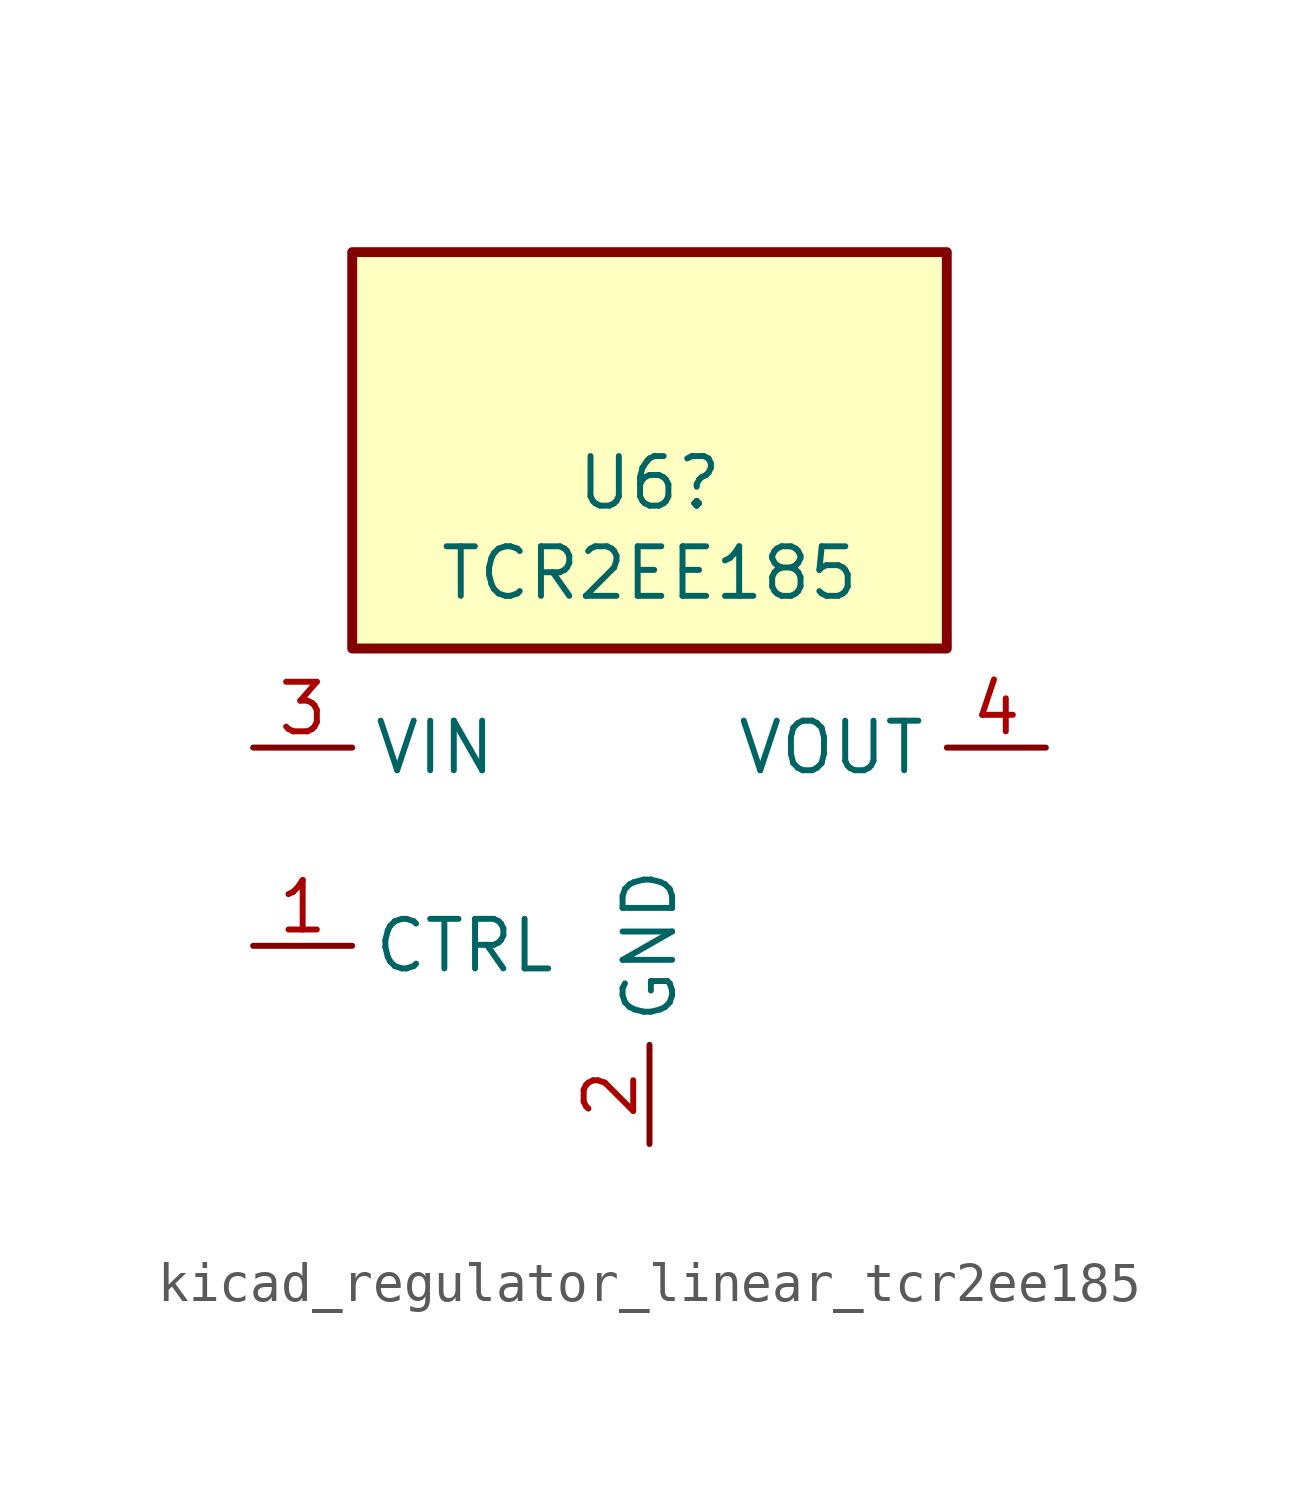
<source format=kicad_sym>
(kicad_symbol_lib
  (version 20220914)
  (generator kicad_symbol_editor)
  (symbol "kicad_regulator_linear_tcr2ee185"
    (property "Reference" "U6"
      (at 0 9.322 0)
      (effects (font (size 1.27 1.27))))
    (property "Value" "TCR2EE185"
      (at 0 7.01 0)
      (effects (font (size 1.27 1.27))))
    (symbol "kicad_regulator_linear_tcr2ee185_0_1"
      (rectangle (start 7.62 15.24) (end -7.62 5.08) (stroke (width 0.254) (type default)) (fill (type background))))
    (symbol "kicad_regulator_linear_tcr2ee185_1_1"
      (pin input line (at -10.16 -2.54 0) (length 2.54) (name "CTRL" (effects (font (size 1.27 1.27)))) (number "1" (effects (font (size 1.27 1.27)))))
      (pin power_in line (at 0 -7.62 90) (length 2.54) (name "GND" (effects (font (size 1.27 1.27)))) (number "2" (effects (font (size 1.27 1.27)))))
      (pin power_in line (at -10.16 2.54 0) (length 2.54) (name "VIN" (effects (font (size 1.27 1.27)))) (number "3" (effects (font (size 1.27 1.27)))))
      (pin power_out line (at 10.16 2.54 180) (length 2.54) (name "VOUT" (effects (font (size 1.27 1.27)))) (number "4" (effects (font (size 1.27 1.27)))))
      (pin no_connect line (at 7.62 -2.54 180) (length 2.54) hide (name "NC" (effects (font (size 1.27 1.27)))) (number "5" (effects (font (size 1.27 1.27))))))))
</source>
